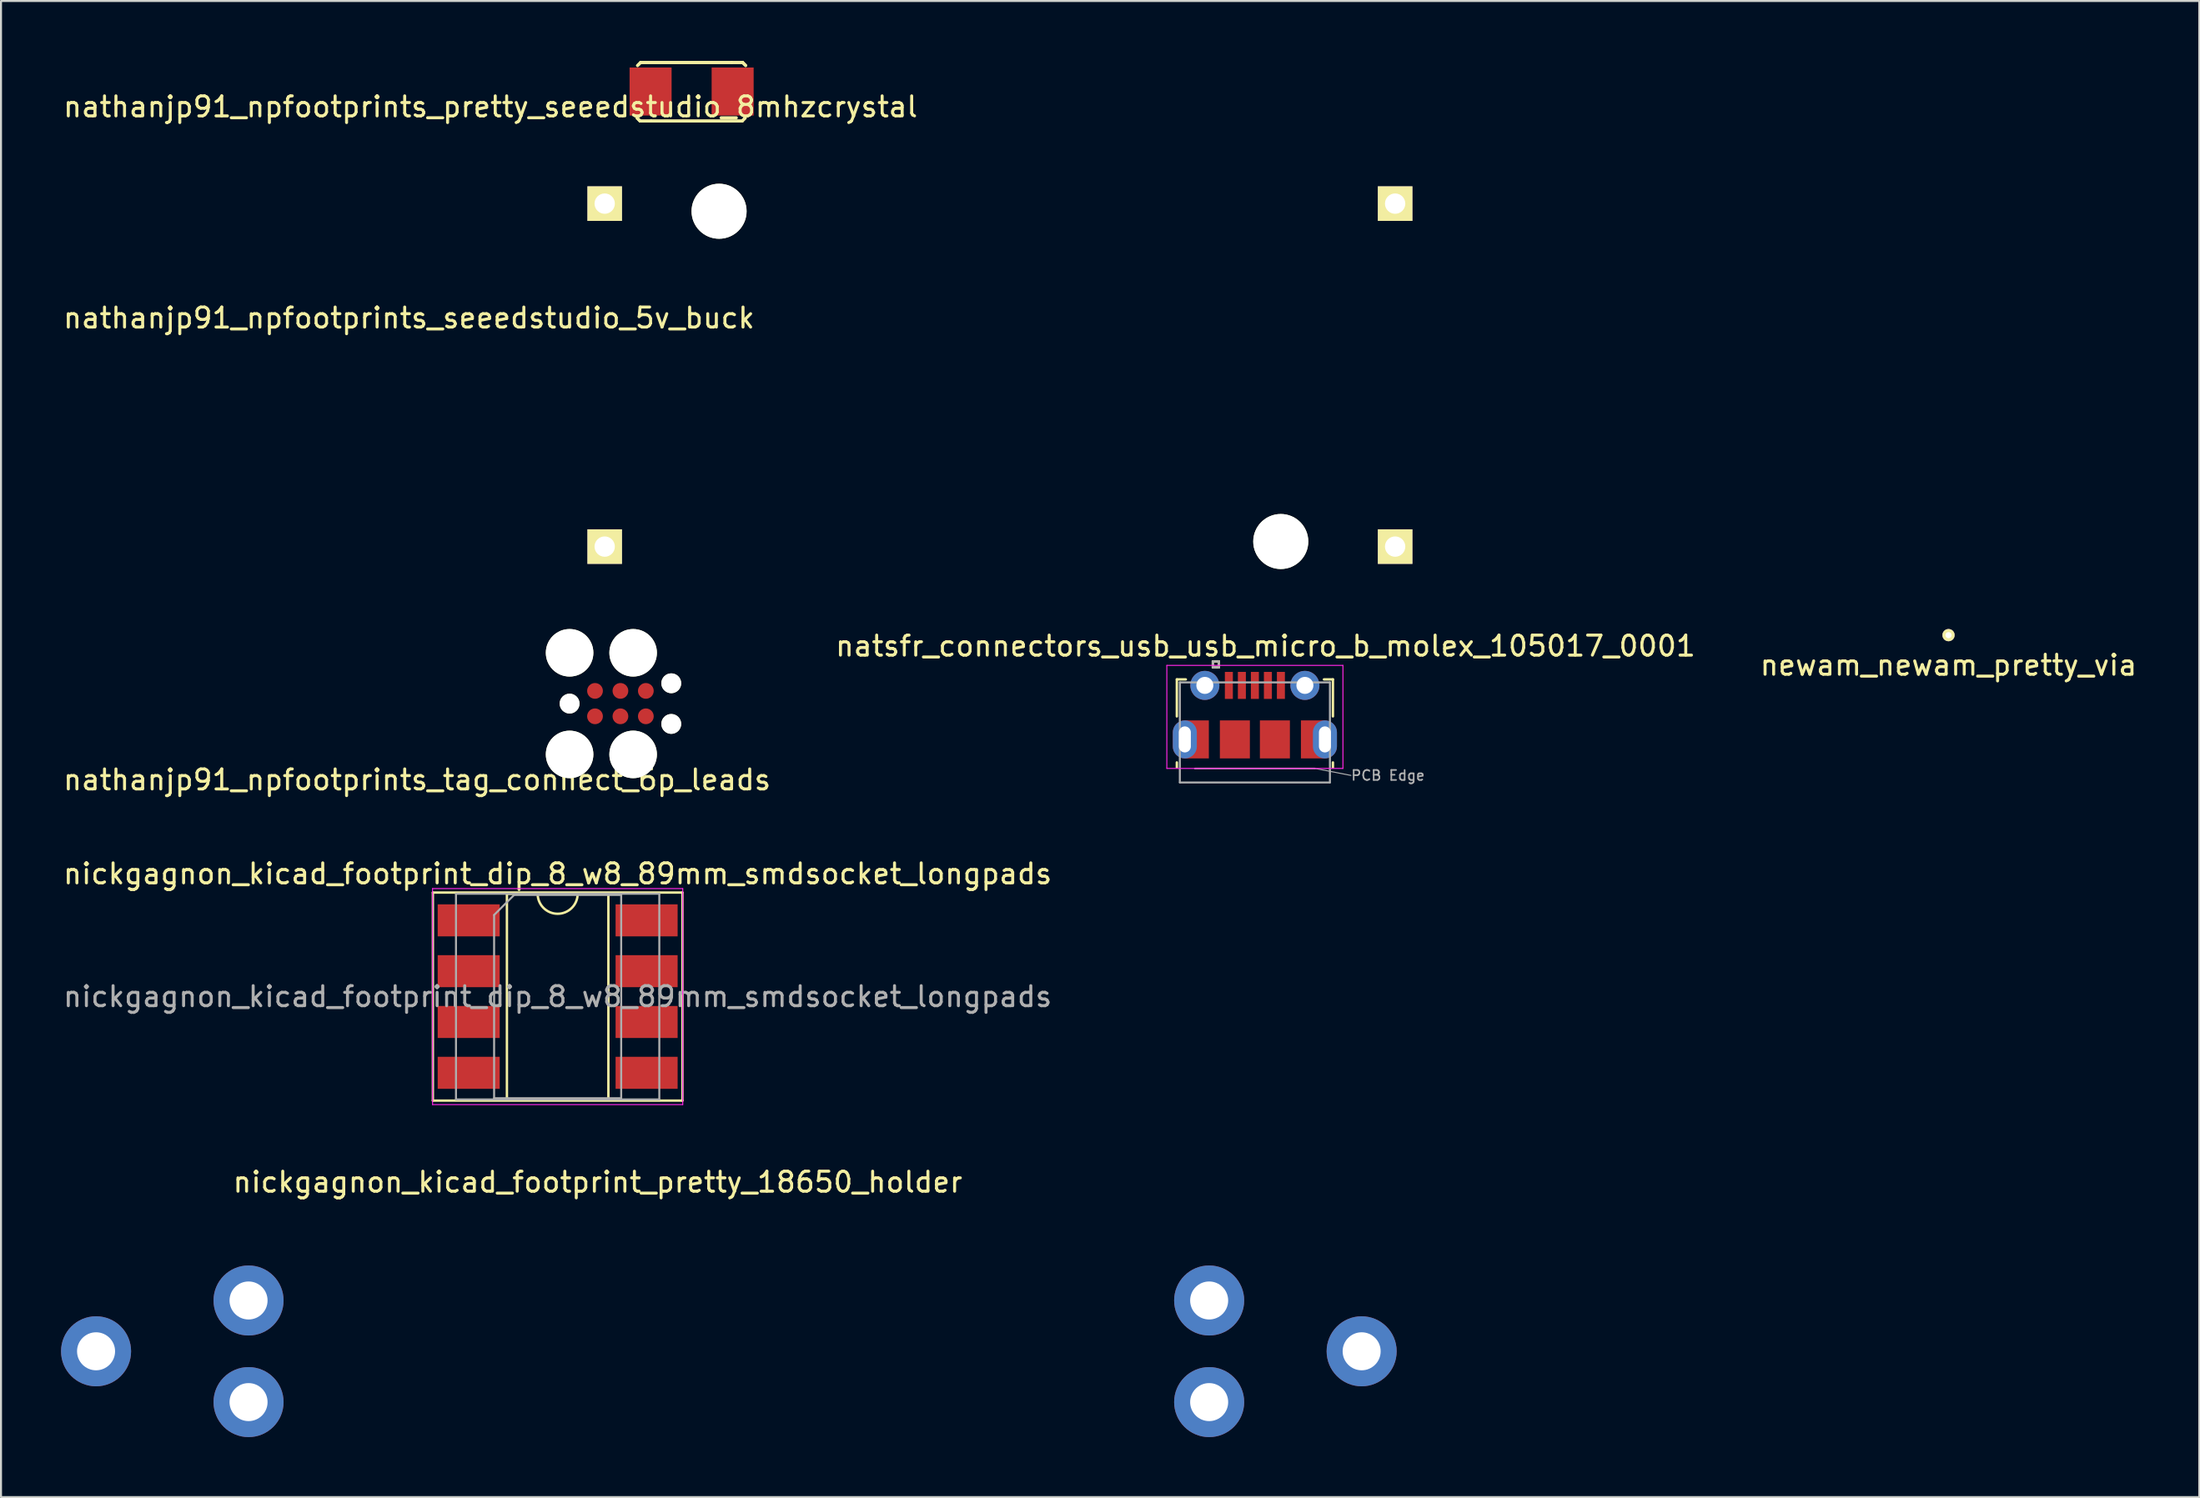
<source format=kicad_pcb>
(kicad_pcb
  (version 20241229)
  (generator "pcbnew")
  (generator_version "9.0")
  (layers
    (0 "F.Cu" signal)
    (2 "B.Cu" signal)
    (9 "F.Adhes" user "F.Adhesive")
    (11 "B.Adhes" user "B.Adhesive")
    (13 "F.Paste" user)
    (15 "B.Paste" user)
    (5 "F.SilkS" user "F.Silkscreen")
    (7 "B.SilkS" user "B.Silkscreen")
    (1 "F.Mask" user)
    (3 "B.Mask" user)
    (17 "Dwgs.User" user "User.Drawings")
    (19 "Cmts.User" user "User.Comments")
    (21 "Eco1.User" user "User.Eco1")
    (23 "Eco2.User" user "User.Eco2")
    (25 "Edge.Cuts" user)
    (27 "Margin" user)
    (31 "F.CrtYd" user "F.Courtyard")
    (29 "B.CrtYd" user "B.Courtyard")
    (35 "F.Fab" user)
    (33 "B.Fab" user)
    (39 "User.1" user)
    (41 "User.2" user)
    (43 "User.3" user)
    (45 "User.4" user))
  (footprint "nathanjp91_npfootprints_pretty_seeedstudio_8mhzcrystal"
    (layer "F.Cu")
    (at 29.459 1.525)
    (property "Reference" "nathanjp91_npfootprints_pretty_seeedstudio_8mhzcrystal" (at -8.001 0.762 0) (layer "F.SilkS") (effects (font (size 1 1) (thickness 0.15))))
    (attr through_hole)
    (fp_line (start -0.675 1.325) (end -0.525 1.475) (stroke (width 0.15) (type solid)) (layer "F.SilkS"))
    (fp_line (start -0.675 1.325) (end -0.525 1.475) (stroke (width 0.15) (type solid)) (layer "F.SilkS"))
    (fp_line (start -0.65 -1.3) (end -0.5 -1.45) (stroke (width 0.15) (type solid)) (layer "F.SilkS"))
    (fp_line (start -0.65 -1.3) (end -0.5 -1.45) (stroke (width 0.15) (type solid)) (layer "F.SilkS"))
    (fp_line (start -0.525 1.475) (end 0.025 1.475) (stroke (width 0.15) (type solid)) (layer "F.SilkS"))
    (fp_line (start -0.525 1.475) (end 0.025 1.475) (stroke (width 0.15) (type solid)) (layer "F.SilkS"))
    (fp_line (start -0.5 -1.45) (end 4.05 -1.45) (stroke (width 0.15) (type solid)) (layer "F.SilkS"))
    (fp_line (start -0.5 -1.45) (end 4.05 -1.45) (stroke (width 0.15) (type solid)) (layer "F.SilkS"))
    (fp_line (start 4.575 1.475) (end 0.025 1.475) (stroke (width 0.15) (type solid)) (layer "F.SilkS"))
    (fp_line (start 4.575 1.475) (end 0.025 1.475) (stroke (width 0.15) (type solid)) (layer "F.SilkS"))
    (fp_line (start 4.6 -1.45) (end 4.05 -1.45) (stroke (width 0.15) (type solid)) (layer "F.SilkS"))
    (fp_line (start 4.6 -1.45) (end 4.05 -1.45) (stroke (width 0.15) (type solid)) (layer "F.SilkS"))
    (fp_line (start 4.725 1.325) (end 4.575 1.475) (stroke (width 0.15) (type solid)) (layer "F.SilkS"))
    (fp_line (start 4.725 1.325) (end 4.575 1.475) (stroke (width 0.15) (type solid)) (layer "F.SilkS"))
    (fp_line (start 4.75 -1.3) (end 4.6 -1.45) (stroke (width 0.15) (type solid)) (layer "F.SilkS"))
    (fp_line (start 4.75 -1.3) (end 4.6 -1.45) (stroke (width 0.15) (type solid)) (layer "F.SilkS"))
    (pad "1" smd rect (at 0 0) (size 2.1 2.4) (layers "F.Cu" "F.Mask" "F.Paste"))
    (pad "2" smd rect (at 4.1 0) (size 2.1 2.4) (layers "F.Cu" "F.Mask" "F.Paste")))
  (footprint "nathanjp91_npfootprints_seeedstudio_5v_buck"
    (layer "F.Cu")
    (at 27.166 7.129)
    (property "Reference" "nathanjp91_npfootprints_seeedstudio_5v_buck" (at -9.779 5.715 0) (layer "F.SilkS") (effects (font (size 1 1) (thickness 0.15))))
    (attr through_hole)
    (pad "" np_thru_hole circle (at 5.715 0.381) (size 2.75 2.75) (drill 2.75) (layers "*.Cu" "*.Mask" "F.SilkS"))
    (pad "" np_thru_hole circle (at 33.782 16.891) (size 2.75 2.75) (drill 2.75) (layers "*.Cu" "*.Mask" "F.SilkS"))
    (pad "1" thru_hole rect (at 0 0) (size 1.727 1.727) (drill 1.016) (layers "*.Cu" "*.Mask" "F.SilkS"))
    (pad "2" thru_hole rect (at 0 17.145) (size 1.727 1.727) (drill 1.016) (layers "*.Cu" "*.Mask" "F.SilkS"))
    (pad "3" thru_hole rect (at 39.497 0) (size 1.727 1.727) (drill 1.016) (layers "*.Cu" "*.Mask" "F.SilkS"))
    (pad "4" thru_hole rect (at 39.497 17.145) (size 1.727 1.727) (drill 1.016) (layers "*.Cu" "*.Mask" "F.SilkS")))
  (footprint "nickgagnon_kicad_footprint_pretty_18650_holder"
    (layer "F.Cu")
    (at 33.37 64.501)
    (property "Reference" "nickgagnon_kicad_footprint_pretty_18650_holder" (at -6.553 -8.458 0) (layer "F.SilkS") (effects (font (size 1 1) (thickness 0.15))))
    (attr through_hole)
    (pad "1" thru_hole circle (at -31.62 0) (size 3.5 3.5) (drill 1.9) (layers "*.Cu" "*.Mask"))
    (pad "1" thru_hole circle (at -24 -2.54) (size 3.5 3.5) (drill 1.9) (layers "*.Cu" "*.Mask"))
    (pad "1" thru_hole circle (at -24 2.54) (size 3.5 3.5) (drill 1.9) (layers "*.Cu" "*.Mask"))
    (pad "2" thru_hole circle (at 24 -2.54) (size 3.5 3.5) (drill 1.9) (layers "*.Cu" "*.Mask"))
    (pad "2" thru_hole circle (at 24 2.54) (size 3.5 3.5) (drill 1.9) (layers "*.Cu" "*.Mask"))
    (pad "2" thru_hole circle (at 31.62 0) (size 3.5 3.5) (drill 1.9) (layers "*.Cu" "*.Mask")))
  (footprint "newam_newam_pretty_via"
    (layer "F.Cu")
    (at 94.315 28.7)
    (property "Reference" "newam_newam_pretty_via" (at 0 1.5 0) (layer "F.SilkS") (effects (font (size 1 1) (thickness 0.15))))
    (attr through_hole)
    (pad "1" thru_hole circle (at 0 0) (size 0.61 0.61) (drill 0.305) (layers "*.Cu" "*.Mask" "F.SilkS")))
  (footprint "nathanjp91_npfootprints_tag_connect_6p_leads"
    (layer "F.Cu")
    (at 25.412 32.123)
    (property "Reference" "nathanjp91_npfootprints_tag_connect_6p_leads" (at -7.62 3.81 0) (layer "F.SilkS") (effects (font (size 1 1) (thickness 0.15))))
    (attr through_hole)
    (pad "" np_thru_hole circle (at 0 -2.54) (size 2.375 2.375) (drill 2.375) (layers "*.Cu" "*.Mask" "F.SilkS"))
    (pad "" np_thru_hole circle (at 0 0) (size 0.991 0.991) (drill 0.991) (layers "*.Cu" "*.Mask" "F.SilkS"))
    (pad "" np_thru_hole circle (at 0 2.54) (size 2.375 2.375) (drill 2.375) (layers "*.Cu" "*.Mask" "F.SilkS"))
    (pad "" np_thru_hole circle (at 3.175 -2.54) (size 2.375 2.375) (drill 2.375) (layers "*.Cu" "*.Mask" "F.SilkS"))
    (pad "" np_thru_hole circle (at 3.175 2.54) (size 2.375 2.375) (drill 2.375) (layers "*.Cu" "*.Mask" "F.SilkS"))
    (pad "" np_thru_hole circle (at 5.08 -1.016) (size 0.991 0.991) (drill 0.991) (layers "*.Cu" "*.Mask" "F.SilkS"))
    (pad "" np_thru_hole circle (at 5.08 1.016) (size 0.991 0.991) (drill 0.991) (layers "*.Cu" "*.Mask" "F.SilkS"))
    (pad "1" smd circle (at 1.27 0.635) (size 0.787 0.787) (layers "F.Cu" "F.Mask" "F.Paste"))
    (pad "2" smd circle (at 1.27 -0.635) (size 0.787 0.787) (layers "F.Cu" "F.Mask" "F.Paste"))
    (pad "3" smd circle (at 2.54 0.635) (size 0.787 0.787) (layers "F.Cu" "F.Mask" "F.Paste"))
    (pad "4" smd circle (at 2.54 -0.635) (size 0.787 0.787) (layers "F.Cu" "F.Mask" "F.Paste"))
    (pad "5" smd circle (at 3.81 0.635) (size 0.787 0.787) (layers "F.Cu" "F.Mask" "F.Paste"))
    (pad "6" smd circle (at 3.81 -0.635) (size 0.787 0.787) (layers "F.Cu" "F.Mask" "F.Paste")))
  (footprint "nickgagnon_kicad_footprint_dip_8_w8_89mm_smdsocket_longpads"
    (layer "F.Cu")
    (at 24.815 46.769)
    (property "Reference" "nickgagnon_kicad_footprint_dip_8_w8_89mm_smdsocket_longpads" (at 0 -6.14 0) (layer "F.SilkS") (effects (font (size 1 1) (thickness 0.15))))
    (attr smd)
    (fp_line (start -6.235 -5.2) (end -6.235 5.2) (stroke (width 0.12) (type solid)) (layer "F.SilkS"))
    (fp_line (start -6.235 5.2) (end 6.235 5.2) (stroke (width 0.12) (type solid)) (layer "F.SilkS"))
    (fp_line (start -2.535 -5.14) (end -2.535 5.14) (stroke (width 0.12) (type solid)) (layer "F.SilkS"))
    (fp_line (start -2.535 5.14) (end 2.535 5.14) (stroke (width 0.12) (type solid)) (layer "F.SilkS"))
    (fp_line (start -1 -5.14) (end -2.535 -5.14) (stroke (width 0.12) (type solid)) (layer "F.SilkS"))
    (fp_line (start 2.535 -5.14) (end 1 -5.14) (stroke (width 0.12) (type solid)) (layer "F.SilkS"))
    (fp_line (start 2.535 5.14) (end 2.535 -5.14) (stroke (width 0.12) (type solid)) (layer "F.SilkS"))
    (fp_line (start 6.235 -5.2) (end -6.235 -5.2) (stroke (width 0.12) (type solid)) (layer "F.SilkS"))
    (fp_line (start 6.235 5.2) (end 6.235 -5.2) (stroke (width 0.12) (type solid)) (layer "F.SilkS"))
    (fp_arc (start 1 -5.14) (mid 0 -4.14) (end -1 -5.14) (stroke (width 0.12) (type solid)) (layer "F.SilkS"))
    (fp_line (start -6.25 -5.4) (end -6.25 5.4) (stroke (width 0.05) (type solid)) (layer "F.CrtYd"))
    (fp_line (start -6.25 5.4) (end 6.25 5.4) (stroke (width 0.05) (type solid)) (layer "F.CrtYd"))
    (fp_line (start 6.25 -5.4) (end -6.25 -5.4) (stroke (width 0.05) (type solid)) (layer "F.CrtYd"))
    (fp_line (start 6.25 5.4) (end 6.25 -5.4) (stroke (width 0.05) (type solid)) (layer "F.CrtYd"))
    (fp_line (start -5.08 -5.14) (end -5.08 5.14) (stroke (width 0.1) (type solid)) (layer "F.Fab"))
    (fp_line (start -5.08 5.14) (end 5.08 5.14) (stroke (width 0.1) (type solid)) (layer "F.Fab"))
    (fp_line (start -3.175 -4.08) (end -2.175 -5.08) (stroke (width 0.1) (type solid)) (layer "F.Fab"))
    (fp_line (start -3.175 5.08) (end -3.175 -4.08) (stroke (width 0.1) (type solid)) (layer "F.Fab"))
    (fp_line (start -2.175 -5.08) (end 3.175 -5.08) (stroke (width 0.1) (type solid)) (layer "F.Fab"))
    (fp_line (start 3.175 -5.08) (end 3.175 5.08) (stroke (width 0.1) (type solid)) (layer "F.Fab"))
    (fp_line (start 3.175 5.08) (end -3.175 5.08) (stroke (width 0.1) (type solid)) (layer "F.Fab"))
    (fp_line (start 5.08 -5.14) (end -5.08 -5.14) (stroke (width 0.1) (type solid)) (layer "F.Fab"))
    (fp_line (start 5.08 5.14) (end 5.08 -5.14) (stroke (width 0.1) (type solid)) (layer "F.Fab"))
    (fp_text user "${REFERENCE}" (at 0 0 0) (layer "F.Fab") (effects (font (size 1 1) (thickness 0.15))))
    (pad "1" smd rect (at -4.445 -3.81) (size 3.1 1.6) (layers "F.Cu" "F.Mask" "F.Paste"))
    (pad "2" smd rect (at -4.445 -1.27) (size 3.1 1.6) (layers "F.Cu" "F.Mask" "F.Paste"))
    (pad "3" smd rect (at -4.445 1.27) (size 3.1 1.6) (layers "F.Cu" "F.Mask" "F.Paste"))
    (pad "4" smd rect (at -4.445 3.81) (size 3.1 1.6) (layers "F.Cu" "F.Mask" "F.Paste"))
    (pad "5" smd rect (at 4.445 3.81) (size 3.1 1.6) (layers "F.Cu" "F.Mask" "F.Paste"))
    (pad "6" smd rect (at 4.445 1.27) (size 3.1 1.6) (layers "F.Cu" "F.Mask" "F.Paste"))
    (pad "7" smd rect (at 4.445 -1.27) (size 3.1 1.6) (layers "F.Cu" "F.Mask" "F.Paste"))
    (pad "8" smd rect (at 4.445 -3.81) (size 3.1 1.6) (layers "F.Cu" "F.Mask" "F.Paste")))
  (footprint "natsfr_connectors_usb_usb_micro_b_molex_105017_0001"
    (layer "F.Cu")
    (at 59.655 31.213)
    (property "Reference" "natsfr_connectors_usb_usb_micro_b_molex_105017_0001" (at 0.53 -1.97 0) (layer "F.SilkS") (effects (font (size 1 1) (thickness 0.15))))
    (attr through_hole)
    (fp_line (start -3.9 -0.3) (end -3.45 -0.3) (stroke (width 0.12) (type solid)) (layer "F.SilkS"))
    (fp_line (start -3.9 1.55) (end -3.9 -0.3) (stroke (width 0.12) (type solid)) (layer "F.SilkS"))
    (fp_line (start -3.9 4.1) (end -3.9 3.85) (stroke (width 0.12) (type solid)) (layer "F.SilkS"))
    (fp_line (start -2.1 -1.2) (end -1.8 -1.2) (stroke (width 0.12) (type solid)) (layer "F.SilkS"))
    (fp_line (start -2.1 -0.9) (end -2.1 -1.2) (stroke (width 0.12) (type solid)) (layer "F.SilkS"))
    (fp_line (start -1.8 -1.2) (end -1.8 -0.9) (stroke (width 0.12) (type solid)) (layer "F.SilkS"))
    (fp_line (start -1.8 -0.9) (end -2.1 -0.9) (stroke (width 0.12) (type solid)) (layer "F.SilkS"))
    (fp_line (start 3.9 -0.3) (end 3.45 -0.3) (stroke (width 0.12) (type solid)) (layer "F.SilkS"))
    (fp_line (start 3.9 1.55) (end 3.9 -0.3) (stroke (width 0.12) (type solid)) (layer "F.SilkS"))
    (fp_line (start 3.9 4.1) (end 3.9 3.85) (stroke (width 0.12) (type solid)) (layer "F.SilkS"))
    (fp_line (start -4.4 -1) (end 4.4 -1) (stroke (width 0.05) (type solid)) (layer "F.CrtYd"))
    (fp_line (start -4.4 4.15) (end -4.4 -1) (stroke (width 0.05) (type solid)) (layer "F.CrtYd"))
    (fp_line (start -4.4 4.15) (end 4.4 4.15) (stroke (width 0.05) (type solid)) (layer "F.CrtYd"))
    (fp_line (start 4.4 -1) (end 4.4 4.15) (stroke (width 0.05) (type solid)) (layer "F.CrtYd"))
    (fp_line (start -3.75 -0.15) (end 3.75 -0.15) (stroke (width 0.1) (type solid)) (layer "F.Fab"))
    (fp_line (start -3.75 4.85) (end -3.75 -0.15) (stroke (width 0.1) (type solid)) (layer "F.Fab"))
    (fp_line (start -3.75 4.852) (end 3.75 4.852) (stroke (width 0.1) (type solid)) (layer "F.Fab"))
    (fp_line (start -3 4.152) (end 3 4.152) (stroke (width 0.08) (type solid)) (layer "F.Fab"))
    (fp_line (start -2.1 -1.2) (end -1.8 -1.2) (stroke (width 0.1) (type solid)) (layer "F.Fab"))
    (fp_line (start -2.1 -0.9) (end -2.1 -1.2) (stroke (width 0.1) (type solid)) (layer "F.Fab"))
    (fp_line (start -2 -0.9) (end -2.1 -0.9) (stroke (width 0.1) (type solid)) (layer "F.Fab"))
    (fp_line (start -1.8 -1.2) (end -1.8 -0.9) (stroke (width 0.1) (type solid)) (layer "F.Fab"))
    (fp_line (start -1.8 -0.9) (end -2 -0.9) (stroke (width 0.1) (type solid)) (layer "F.Fab"))
    (fp_line (start 3 4.15) (end 4.8 4.5) (stroke (width 0.05) (type solid)) (layer "F.Fab"))
    (fp_line (start 3.75 4.85) (end 3.75 -0.15) (stroke (width 0.1) (type solid)) (layer "F.Fab"))
    (fp_text user "PCB Edge" (at 6.65 4.5 0) (layer "F.Fab") (effects (font (size 0.5 0.5) (thickness 0.08))))
    (pad "1" smd rect (at -1.3 0) (size 0.4 1.35) (layers "F.Cu" "F.Mask" "F.Paste"))
    (pad "2" smd rect (at -0.65 0) (size 0.4 1.35) (layers "F.Cu" "F.Mask" "F.Paste"))
    (pad "3" smd rect (at 0 0) (size 0.4 1.35) (layers "F.Cu" "F.Mask" "F.Paste"))
    (pad "4" smd rect (at 0.65 0) (size 0.4 1.35) (layers "F.Cu" "F.Mask" "F.Paste"))
    (pad "5" smd rect (at 1.3 0) (size 0.4 1.35) (layers "F.Cu" "F.Mask" "F.Paste"))
    (pad "6" thru_hole oval (at -3.5 2.7 180) (size 1.2 1.9) (drill oval 0.6 1.3) (layers "*.Cu" "*.Mask"))
    (pad "6" smd rect (at -2.9 2.7) (size 1.2 1.9) (layers "F.Cu" "F.Mask"))
    (pad "6" thru_hole circle (at -2.5 0) (size 1.45 1.45) (drill 0.85) (layers "*.Cu" "*.Mask"))
    (pad "6" smd rect (at -1 2.7) (size 1.5 1.9) (layers "F.Cu" "F.Mask" "F.Paste"))
    (pad "6" smd rect (at 1 2.7) (size 1.5 1.9) (layers "F.Cu" "F.Mask" "F.Paste"))
    (pad "6" thru_hole circle (at 2.5 0) (size 1.45 1.45) (drill 0.85) (layers "*.Cu" "*.Mask"))
    (pad "6" smd rect (at 2.9 2.7) (size 1.2 1.9) (layers "F.Cu" "F.Mask"))
    (pad "6" thru_hole oval (at 3.5 2.7) (size 1.2 1.9) (drill oval 0.6 1.3) (layers "*.Cu" "*.Mask")))
  (gr_rect
    (start -3 -3)
    (end 106.845 71.791)
    (stroke (width 0.1) (type default))
    (fill no)
    (layer "Edge.Cuts")))
</source>
